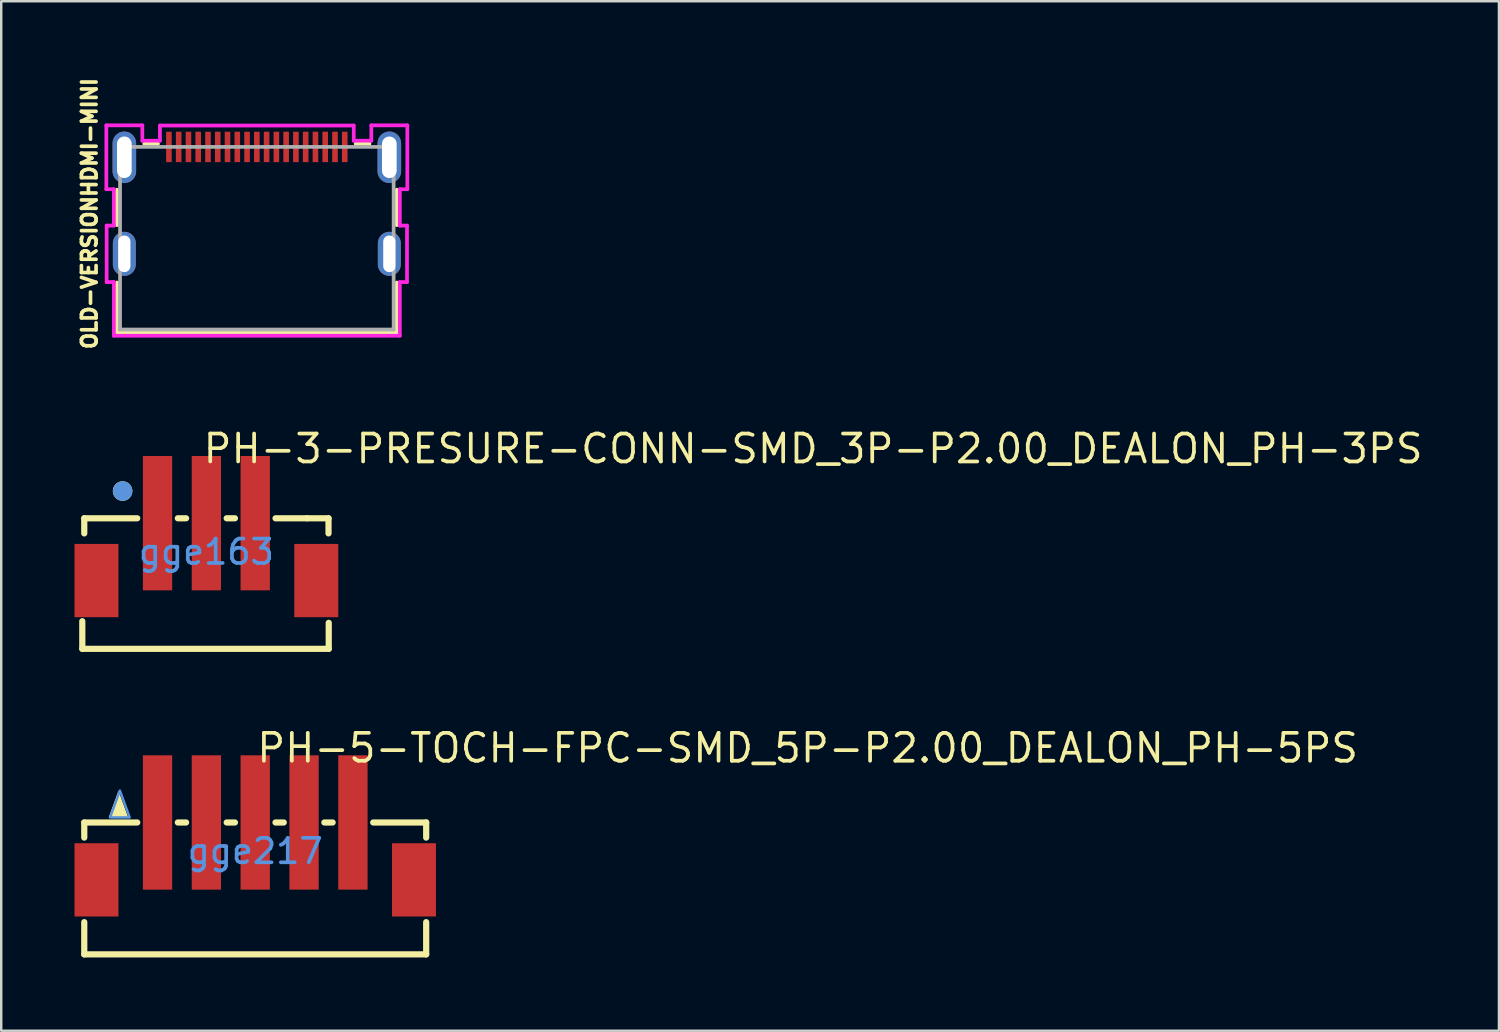
<source format=kicad_pcb>
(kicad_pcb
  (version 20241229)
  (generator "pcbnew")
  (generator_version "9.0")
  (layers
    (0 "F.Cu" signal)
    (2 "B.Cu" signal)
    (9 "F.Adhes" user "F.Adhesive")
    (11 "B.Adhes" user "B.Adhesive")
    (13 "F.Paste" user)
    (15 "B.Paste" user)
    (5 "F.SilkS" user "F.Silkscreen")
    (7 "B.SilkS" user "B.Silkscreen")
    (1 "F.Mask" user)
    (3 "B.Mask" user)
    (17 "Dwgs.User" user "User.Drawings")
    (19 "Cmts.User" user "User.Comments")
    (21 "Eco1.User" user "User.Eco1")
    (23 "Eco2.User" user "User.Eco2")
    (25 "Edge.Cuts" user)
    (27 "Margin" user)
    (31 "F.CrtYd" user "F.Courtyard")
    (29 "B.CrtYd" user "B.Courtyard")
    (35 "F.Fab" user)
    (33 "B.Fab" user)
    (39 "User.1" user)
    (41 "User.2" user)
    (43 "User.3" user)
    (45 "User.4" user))
  (footprint "PH-3-PRESURE-CONN-SMD_3P-P2.00_DEALON_PH-3PS"
    (layer "F.Cu")
    (at 5.4 19.546)
    (property "Reference" "PH-3-PRESURE-CONN-SMD_3P-P2.00_DEALON_PH-3PS" (at -0.214 -4.223 0) (layer "F.SilkS") (effects (font (size 1.143 1.143) (thickness 0.152)) (justify left)))
    (attr smd)
    (fp_line (start -5.08 2.84) (end -5.08 3.97) (stroke (width 0.254) (type solid)) (layer "F.SilkS"))
    (fp_line (start -5.08 3.97) (end 5.01 3.97) (stroke (width 0.254) (type solid)) (layer "F.SilkS"))
    (fp_line (start -5 -1.375) (end -5 -0.756) (stroke (width 0.254) (type solid)) (layer "F.SilkS"))
    (fp_line (start -2.831 -1.375) (end -5 -1.375) (stroke (width 0.254) (type solid)) (layer "F.SilkS"))
    (fp_line (start -0.831 -1.375) (end -1.169 -1.375) (stroke (width 0.254) (type solid)) (layer "F.SilkS"))
    (fp_line (start 1.169 -1.375) (end 0.831 -1.375) (stroke (width 0.254) (type solid)) (layer "F.SilkS"))
    (fp_line (start 4.12 -1.375) (end 2.832 -1.375) (stroke (width 0.254) (type solid)) (layer "F.SilkS"))
    (fp_line (start 5.001 -1.375) (end 4.12 -1.375) (stroke (width 0.254) (type solid)) (layer "F.SilkS"))
    (fp_line (start 5.001 -1.375) (end 5.001 -0.756) (stroke (width 0.254) (type solid)) (layer "F.SilkS"))
    (fp_line (start 5.01 3.97) (end 5.01 2.906) (stroke (width 0.254) (type solid)) (layer "F.SilkS"))
    (fp_circle (center -3.43 -2.49) (end -3.23 -2.49) (stroke (width 0.4) (type solid)) (fill no) (layer "F.SilkS"))
    (fp_circle (center -3.43 -2.49) (end -3.23 -2.49) (stroke (width 0.4) (type solid)) (fill no) (layer "Cmts.User"))
    (fp_text user "gge163" (at 0 0 0) (layer "Cmts.User") (effects (font (size 1 1) (thickness 0.15))))
    (pad "1" smd rect (at -2 -1.175) (size 1.2 5.5) (layers "F.Cu" "F.Mask" "F.Paste"))
    (pad "2" smd rect (at 0 -1.175) (size 1.2 5.5) (layers "F.Cu" "F.Mask" "F.Paste"))
    (pad "3" smd rect (at 2 -1.175) (size 1.2 5.5) (layers "F.Cu" "F.Mask" "F.Paste"))
    (pad "4" smd rect (at -4.5 1.175) (size 1.8 3) (layers "F.Cu" "F.Mask" "F.Paste"))
    (pad "5" smd rect (at 4.5 1.175) (size 1.8 3) (layers "F.Cu" "F.Mask" "F.Paste")))
  (footprint "OLD-VERSIONHDMI-MINI"
    (layer "F.Cu")
    (at 7.466 6.704)
    (property "Reference" "OLD-VERSIONHDMI-MINI" (at -6.852 -1.01 270) (layer "F.SilkS") (effects (font (size 0.6 0.6) (thickness 0.15))))
    (attr through_hole)
    (fp_line (start -5.728 -1.986) (end -5.728 -0.536) (stroke (width 0.152) (type solid)) (layer "F.SilkS"))
    (fp_line (start -5.728 1.814) (end -5.728 3.866) (stroke (width 0.152) (type solid)) (layer "F.SilkS"))
    (fp_line (start -5.728 3.866) (end 5.728 3.866) (stroke (width 0.152) (type solid)) (layer "F.SilkS"))
    (fp_line (start -4.047 -3.866) (end -4.61 -3.866) (stroke (width 0.152) (type solid)) (layer "F.SilkS"))
    (fp_line (start 4.61 -3.866) (end 4.047 -3.866) (stroke (width 0.152) (type solid)) (layer "F.SilkS"))
    (fp_line (start 5.728 -0.536) (end 5.728 -1.986) (stroke (width 0.152) (type solid)) (layer "F.SilkS"))
    (fp_line (start 5.728 3.866) (end 5.728 1.814) (stroke (width 0.152) (type solid)) (layer "F.SilkS"))
    (fp_line (start -6.162 -4.622) (end -6.162 -2.006) (stroke (width 0.152) (type solid)) (layer "F.CrtYd"))
    (fp_line (start -6.162 -2.006) (end -5.855 -2.006) (stroke (width 0.152) (type solid)) (layer "F.CrtYd"))
    (fp_line (start -6.149 -0.517) (end -6.149 1.795) (stroke (width 0.152) (type solid)) (layer "F.CrtYd"))
    (fp_line (start -6.149 1.795) (end -5.855 1.795) (stroke (width 0.152) (type solid)) (layer "F.CrtYd"))
    (fp_line (start -5.855 -2.006) (end -5.855 -0.517) (stroke (width 0.152) (type solid)) (layer "F.CrtYd"))
    (fp_line (start -5.855 -0.517) (end -6.149 -0.517) (stroke (width 0.152) (type solid)) (layer "F.CrtYd"))
    (fp_line (start -5.855 1.795) (end -5.855 3.993) (stroke (width 0.152) (type solid)) (layer "F.CrtYd"))
    (fp_line (start -5.855 3.993) (end 5.855 3.993) (stroke (width 0.152) (type solid)) (layer "F.CrtYd"))
    (fp_line (start -4.688 -4.622) (end -6.162 -4.622) (stroke (width 0.152) (type solid)) (layer "F.CrtYd"))
    (fp_line (start -4.688 -3.993) (end -4.688 -4.622) (stroke (width 0.152) (type solid)) (layer "F.CrtYd"))
    (fp_line (start -3.968 -4.615) (end -3.968 -3.993) (stroke (width 0.152) (type solid)) (layer "F.CrtYd"))
    (fp_line (start -3.968 -3.993) (end -4.688 -3.993) (stroke (width 0.152) (type solid)) (layer "F.CrtYd"))
    (fp_line (start 3.968 -4.615) (end -3.968 -4.615) (stroke (width 0.152) (type solid)) (layer "F.CrtYd"))
    (fp_line (start 3.968 -3.993) (end 3.968 -4.615) (stroke (width 0.152) (type solid)) (layer "F.CrtYd"))
    (fp_line (start 4.688 -4.622) (end 4.688 -3.993) (stroke (width 0.152) (type solid)) (layer "F.CrtYd"))
    (fp_line (start 4.688 -3.993) (end 3.968 -3.993) (stroke (width 0.152) (type solid)) (layer "F.CrtYd"))
    (fp_line (start 5.855 -2.006) (end 6.162 -2.006) (stroke (width 0.152) (type solid)) (layer "F.CrtYd"))
    (fp_line (start 5.855 -0.517) (end 5.855 -2.006) (stroke (width 0.152) (type solid)) (layer "F.CrtYd"))
    (fp_line (start 5.855 1.795) (end 6.149 1.795) (stroke (width 0.152) (type solid)) (layer "F.CrtYd"))
    (fp_line (start 5.855 3.993) (end 5.855 1.795) (stroke (width 0.152) (type solid)) (layer "F.CrtYd"))
    (fp_line (start 6.149 -0.517) (end 5.855 -0.517) (stroke (width 0.152) (type solid)) (layer "F.CrtYd"))
    (fp_line (start 6.149 1.795) (end 6.149 -0.517) (stroke (width 0.152) (type solid)) (layer "F.CrtYd"))
    (fp_line (start 6.162 -4.622) (end 4.688 -4.622) (stroke (width 0.152) (type solid)) (layer "F.CrtYd"))
    (fp_line (start 6.162 -2.006) (end 6.162 -4.622) (stroke (width 0.152) (type solid)) (layer "F.CrtYd"))
    (fp_line (start -5.601 -3.957) (end -5.601 3.739) (stroke (width 0.152) (type solid)) (layer "F.Fab"))
    (fp_line (start -5.601 3.739) (end 5.601 3.739) (stroke (width 0.152) (type solid)) (layer "F.Fab"))
    (fp_line (start 5.601 -3.739) (end -5.601 -3.739) (stroke (width 0.152) (type solid)) (layer "F.Fab"))
    (fp_line (start 5.601 3.739) (end 5.601 -3.957) (stroke (width 0.152) (type solid)) (layer "F.Fab"))
    (fp_text user "Copyright 2016 Accelerated Designs. All rights reserved." (at 0 0 0) (layer "Cmts.User") (effects (font (size 0.127 0.127) (thickness 0.002))))
    (pad "1" smd rect (at 3.6 -3.739) (size 0.229 1.245) (layers "F.Cu" "F.Mask" "F.Paste"))
    (pad "2" smd rect (at 3.2 -3.739) (size 0.229 1.245) (layers "F.Cu" "F.Mask" "F.Paste"))
    (pad "3" smd rect (at 2.8 -3.739) (size 0.229 1.245) (layers "F.Cu" "F.Mask" "F.Paste"))
    (pad "4" smd rect (at 2.4 -3.739) (size 0.229 1.245) (layers "F.Cu" "F.Mask" "F.Paste"))
    (pad "5" smd rect (at 2 -3.739) (size 0.229 1.245) (layers "F.Cu" "F.Mask" "F.Paste"))
    (pad "6" smd rect (at 1.6 -3.739) (size 0.229 1.245) (layers "F.Cu" "F.Mask" "F.Paste"))
    (pad "7" smd rect (at 1.2 -3.739) (size 0.229 1.245) (layers "F.Cu" "F.Mask" "F.Paste"))
    (pad "8" smd rect (at 0.8 -3.739) (size 0.229 1.245) (layers "F.Cu" "F.Mask" "F.Paste"))
    (pad "9" smd rect (at 0.4 -3.739) (size 0.229 1.245) (layers "F.Cu" "F.Mask" "F.Paste"))
    (pad "10" smd rect (at 0 -3.739) (size 0.229 1.245) (layers "F.Cu" "F.Mask" "F.Paste"))
    (pad "11" smd rect (at -0.4 -3.739) (size 0.229 1.245) (layers "F.Cu" "F.Mask" "F.Paste"))
    (pad "12" smd rect (at -0.8 -3.739) (size 0.229 1.245) (layers "F.Cu" "F.Mask" "F.Paste"))
    (pad "13" smd rect (at -1.2 -3.739) (size 0.229 1.245) (layers "F.Cu" "F.Mask" "F.Paste"))
    (pad "14" smd rect (at -1.6 -3.739) (size 0.229 1.245) (layers "F.Cu" "F.Mask" "F.Paste"))
    (pad "15" smd rect (at -2 -3.739) (size 0.229 1.245) (layers "F.Cu" "F.Mask" "F.Paste"))
    (pad "16" smd rect (at -2.4 -3.739) (size 0.229 1.245) (layers "F.Cu" "F.Mask" "F.Paste"))
    (pad "17" smd rect (at -2.8 -3.739) (size 0.229 1.245) (layers "F.Cu" "F.Mask" "F.Paste"))
    (pad "18" smd rect (at -3.2 -3.739) (size 0.229 1.245) (layers "F.Cu" "F.Mask" "F.Paste"))
    (pad "19" smd rect (at -3.6 -3.739) (size 0.229 1.245) (layers "F.Cu" "F.Mask" "F.Paste"))
    (pad "20" thru_hole oval (at -5.425 -3.314 90) (size 2.108 0.965) (drill oval 1.7 0.6) (layers "*.Cu" "*.Mask"))
    (pad "21" thru_hole oval (at 5.425 -3.314 90) (size 2.108 0.965) (drill oval 1.7 0.6) (layers "*.Cu" "*.Mask"))
    (pad "22" thru_hole oval (at -5.425 0.639 90) (size 1.803 0.94) (drill oval 1.5 0.5) (layers "*.Cu" "*.Mask"))
    (pad "23" thru_hole oval (at 5.425 0.639 90) (size 1.803 0.94) (drill oval 1.5 0.5) (layers "*.Cu" "*.Mask")))
  (footprint "PH-5-TOCH-FPC-SMD_5P-P2.00_DEALON_PH-5PS"
    (layer "F.Cu")
    (at 7.4 31.801)
    (property "Reference" "PH-5-TOCH-FPC-SMD_5P-P2.00_DEALON_PH-5PS" (at -0.016 -4.223 0) (layer "F.SilkS") (effects (font (size 1.143 1.143) (thickness 0.152)) (justify left)))
    (attr smd)
    (fp_line (start -7 -1.175) (end -7 -0.556) (stroke (width 0.254) (type solid)) (layer "F.SilkS"))
    (fp_line (start -7 -1.175) (end -4.831 -1.175) (stroke (width 0.254) (type solid)) (layer "F.SilkS"))
    (fp_line (start -7 2.906) (end -7 4.225) (stroke (width 0.254) (type solid)) (layer "F.SilkS"))
    (fp_line (start -7 4.225) (end 7 4.225) (stroke (width 0.254) (type solid)) (layer "F.SilkS"))
    (fp_line (start -3.169 -1.175) (end -2.831 -1.175) (stroke (width 0.254) (type solid)) (layer "F.SilkS"))
    (fp_line (start -1.169 -1.175) (end -0.831 -1.175) (stroke (width 0.254) (type solid)) (layer "F.SilkS"))
    (fp_line (start 0.831 -1.175) (end 1.169 -1.175) (stroke (width 0.254) (type solid)) (layer "F.SilkS"))
    (fp_line (start 2.831 -1.175) (end 3.169 -1.175) (stroke (width 0.254) (type solid)) (layer "F.SilkS"))
    (fp_line (start 4.831 -1.175) (end 7 -1.175) (stroke (width 0.254) (type solid)) (layer "F.SilkS"))
    (fp_line (start 7 -1.175) (end 7 -0.556) (stroke (width 0.254) (type solid)) (layer "F.SilkS"))
    (fp_line (start 7 2.906) (end 7 4.225) (stroke (width 0.254) (type solid)) (layer "F.SilkS"))
    (fp_poly (pts (xy -6 -1.375) (xy -5.2 -1.375) (xy -5.6 -2.475)) (stroke (width 0) (type solid)) (fill yes) (layer "F.SilkS"))
    (fp_poly (pts (xy -5.941 -1.381) (xy -5.141 -1.381) (xy -5.541 -2.481)) (stroke (width 0.1) (type solid)) (fill no) (layer "Cmts.User"))
    (fp_text user "gge217" (at 0 0 0) (layer "Cmts.User") (effects (font (size 1 1) (thickness 0.15))))
    (pad "1" smd rect (at -4 -1.175) (size 1.2 5.5) (layers "F.Cu" "F.Mask" "F.Paste"))
    (pad "2" smd rect (at -2 -1.175) (size 1.2 5.5) (layers "F.Cu" "F.Mask" "F.Paste"))
    (pad "3" smd rect (at 0 -1.175) (size 1.2 5.5) (layers "F.Cu" "F.Mask" "F.Paste"))
    (pad "4" smd rect (at 2 -1.175) (size 1.2 5.5) (layers "F.Cu" "F.Mask" "F.Paste"))
    (pad "5" smd rect (at 4 -1.175) (size 1.2 5.5) (layers "F.Cu" "F.Mask" "F.Paste"))
    (pad "6" smd rect (at 6.5 1.175) (size 1.8 3) (layers "F.Cu" "F.Mask" "F.Paste"))
    (pad "7" smd rect (at -6.5 1.175) (size 1.8 3) (layers "F.Cu" "F.Mask" "F.Paste")))
  (gr_rect
    (start -3 -3)
    (end 58.324 39.153)
    (stroke (width 0.1) (type default))
    (fill no)
    (layer "Edge.Cuts")))
</source>
